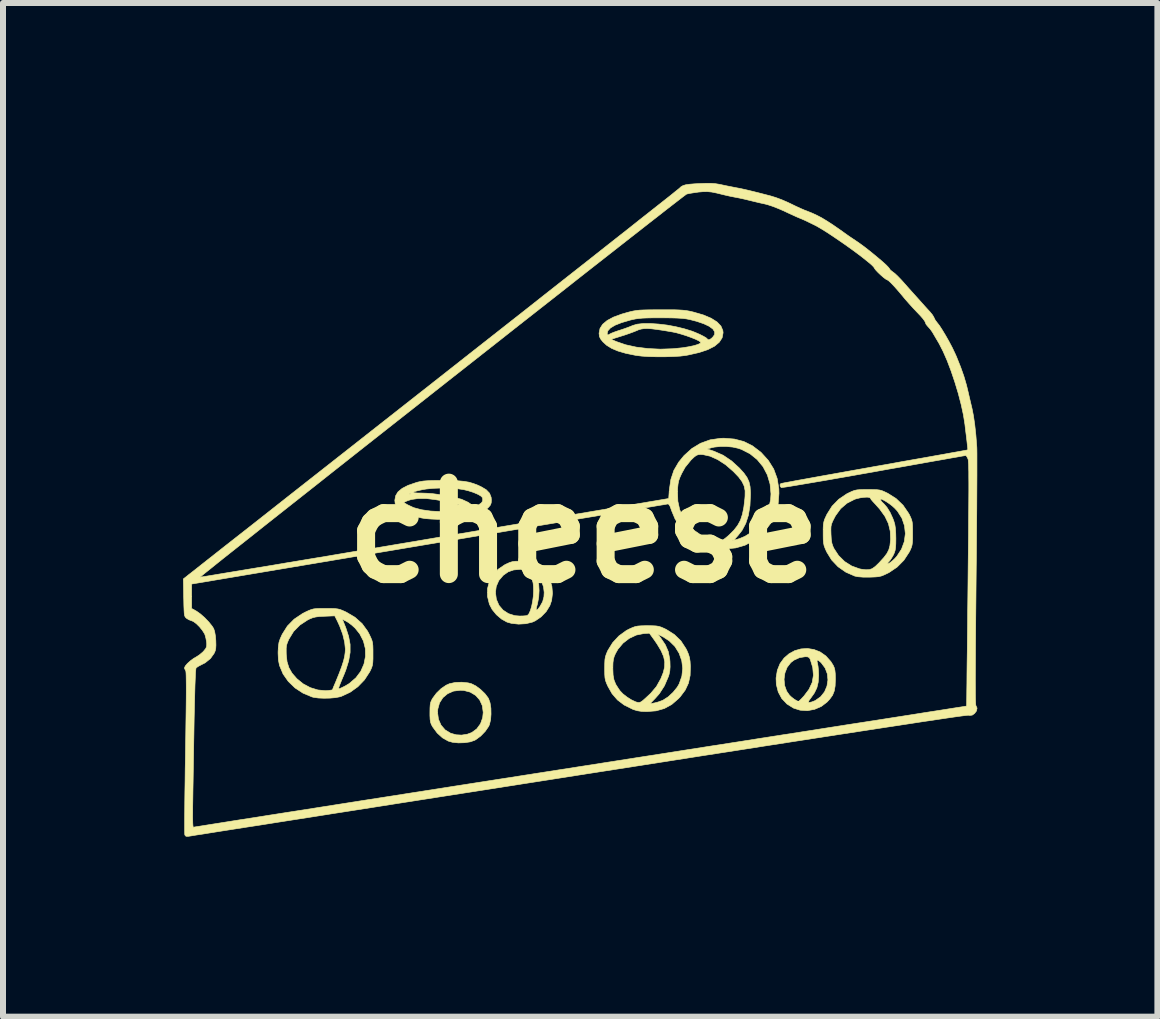
<source format=kicad_pcb>
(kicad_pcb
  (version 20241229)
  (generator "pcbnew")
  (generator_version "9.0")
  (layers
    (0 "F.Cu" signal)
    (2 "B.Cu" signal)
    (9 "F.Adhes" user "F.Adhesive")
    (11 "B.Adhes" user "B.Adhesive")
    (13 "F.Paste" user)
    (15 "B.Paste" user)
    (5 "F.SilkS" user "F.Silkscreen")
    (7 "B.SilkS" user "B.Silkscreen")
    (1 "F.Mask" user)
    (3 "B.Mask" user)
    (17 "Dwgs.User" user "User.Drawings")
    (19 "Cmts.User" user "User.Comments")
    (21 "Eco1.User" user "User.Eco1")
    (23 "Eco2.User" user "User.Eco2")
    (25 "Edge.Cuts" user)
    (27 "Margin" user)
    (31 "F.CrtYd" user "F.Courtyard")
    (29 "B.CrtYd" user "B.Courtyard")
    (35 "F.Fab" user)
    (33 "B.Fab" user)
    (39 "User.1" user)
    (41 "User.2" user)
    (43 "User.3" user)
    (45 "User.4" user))
  (footprint "cheese"
    (layer "F.Cu")
    (at 6.679 5.827)
    (property "Reference" "cheese" (at 0 0 0) (layer "F.SilkS") (effects (font (size 1.524 1.524) (thickness 0.3))))
    (attr through_hole)
    (fp_poly (pts (xy -1.928 2.502) (xy -1.874 2.516) (xy -1.8 2.553) (xy -1.722 2.611) (xy -1.65 2.68) (xy -1.596 2.751) (xy -1.587 2.767) (xy -1.563 2.835) (xy -1.549 2.925) (xy -1.547 3.022) (xy -1.554 3.116) (xy -1.573 3.196) (xy -1.586 3.226) (xy -1.643 3.309) (xy -1.719 3.388) (xy -1.802 3.449) (xy -1.82 3.459) (xy -1.895 3.485) (xy -1.99 3.499) (xy -2.091 3.502) (xy -2.188 3.492) (xy -2.259 3.472) (xy -2.355 3.418) (xy -2.444 3.337) (xy -2.518 3.237) (xy -2.52 3.234) (xy -2.542 3.194) (xy -2.555 3.156) (xy -2.562 3.111) (xy -2.565 3.047) (xy -2.565 2.997) (xy -2.565 2.994) (xy -2.438 2.994) (xy -2.423 3.108) (xy -2.38 3.206) (xy -2.312 3.285) (xy -2.22 3.341) (xy -2.128 3.367) (xy -2.036 3.372) (xy -1.941 3.357) (xy -1.867 3.329) (xy -1.784 3.268) (xy -1.722 3.183) (xy -1.686 3.082) (xy -1.677 2.994) (xy -1.692 2.882) (xy -1.736 2.786) (xy -1.804 2.71) (xy -1.894 2.656) (xy -2.001 2.628) (xy -2.057 2.625) (xy -2.172 2.639) (xy -2.27 2.682) (xy -2.349 2.748) (xy -2.405 2.835) (xy -2.434 2.939) (xy -2.438 2.994) (xy -2.565 2.994) (xy -2.564 2.919) (xy -2.56 2.864) (xy -2.551 2.822) (xy -2.534 2.784) (xy -2.519 2.758) (xy -2.457 2.674) (xy -2.379 2.598) (xy -2.294 2.54) (xy -2.24 2.516) (xy -2.143 2.495) (xy -2.034 2.491) (xy -1.928 2.502)) (stroke (width 0.01) (type solid)) (fill yes) (layer "F.SilkS"))
    (fp_poly (pts (xy 3.834 1.946) (xy 3.938 1.987) (xy 4.033 2.054) (xy 4.116 2.147) (xy 4.155 2.21) (xy 4.172 2.248) (xy 4.183 2.291) (xy 4.189 2.346) (xy 4.191 2.424) (xy 4.191 2.447) (xy 4.187 2.554) (xy 4.172 2.638) (xy 4.144 2.708) (xy 4.097 2.773) (xy 4.053 2.821) (xy 3.956 2.895) (xy 3.844 2.943) (xy 3.724 2.965) (xy 3.603 2.957) (xy 3.495 2.923) (xy 3.384 2.854) (xy 3.349 2.816) (xy 3.741 2.816) (xy 3.745 2.826) (xy 3.76 2.828) (xy 3.797 2.82) (xy 3.845 2.801) (xy 3.857 2.796) (xy 3.946 2.733) (xy 4.011 2.651) (xy 4.051 2.556) (xy 4.067 2.454) (xy 4.057 2.351) (xy 4.02 2.254) (xy 3.956 2.168) (xy 3.948 2.16) (xy 3.909 2.127) (xy 3.888 2.122) (xy 3.886 2.145) (xy 3.895 2.185) (xy 3.903 2.23) (xy 3.909 2.296) (xy 3.912 2.37) (xy 3.912 2.382) (xy 3.905 2.491) (xy 3.883 2.583) (xy 3.842 2.669) (xy 3.787 2.747) (xy 3.754 2.792) (xy 3.741 2.816) (xy 3.349 2.816) (xy 3.298 2.763) (xy 3.239 2.653) (xy 3.207 2.527) (xy 3.204 2.441) (xy 3.336 2.441) (xy 3.345 2.545) (xy 3.379 2.64) (xy 3.426 2.707) (xy 3.461 2.74) (xy 3.504 2.773) (xy 3.546 2.799) (xy 3.574 2.811) (xy 3.576 2.811) (xy 3.592 2.799) (xy 3.623 2.769) (xy 3.664 2.725) (xy 3.667 2.722) (xy 3.752 2.609) (xy 3.805 2.495) (xy 3.825 2.375) (xy 3.814 2.247) (xy 3.773 2.112) (xy 3.756 2.081) (xy 3.728 2.068) (xy 3.689 2.066) (xy 3.594 2.081) (xy 3.502 2.123) (xy 3.448 2.164) (xy 3.387 2.243) (xy 3.35 2.338) (xy 3.336 2.441) (xy 3.204 2.441) (xy 3.203 2.421) (xy 3.224 2.292) (xy 3.269 2.181) (xy 3.336 2.089) (xy 3.419 2.017) (xy 3.514 1.965) (xy 3.618 1.936) (xy 3.726 1.929) (xy 3.834 1.946)) (stroke (width 0.01) (type solid)) (fill yes) (layer "F.SilkS"))
    (fp_poly (pts (xy -1.069 0.476) (xy -1.045 0.477) (xy -0.905 0.497) (xy -0.783 0.546) (xy -0.68 0.621) (xy -0.599 0.723) (xy -0.566 0.785) (xy -0.533 0.891) (xy -0.523 1.01) (xy -0.537 1.127) (xy -0.567 1.215) (xy -0.628 1.314) (xy -0.712 1.401) (xy -0.808 1.467) (xy -0.856 1.489) (xy -0.966 1.516) (xy -1.088 1.523) (xy -1.207 1.51) (xy -1.281 1.489) (xy -1.371 1.439) (xy -1.457 1.366) (xy -1.528 1.279) (xy -1.574 1.191) (xy -1.606 1.061) (xy -1.606 0.995) (xy -1.473 0.995) (xy -1.458 1.109) (xy -1.415 1.209) (xy -1.347 1.289) (xy -1.257 1.348) (xy -1.15 1.382) (xy -1.072 1.388) (xy -1.012 1.387) (xy -0.964 1.383) (xy -0.941 1.378) (xy -0.917 1.353) (xy -0.893 1.301) (xy -0.871 1.23) (xy -0.854 1.146) (xy -0.842 1.056) (xy -0.838 0.974) (xy -0.84 0.894) (xy -0.846 0.836) (xy -0.86 0.786) (xy -0.885 0.732) (xy -0.9 0.705) (xy -0.796 0.705) (xy -0.771 0.778) (xy -0.752 0.861) (xy -0.746 0.963) (xy -0.752 1.071) (xy -0.77 1.172) (xy -0.77 1.174) (xy -0.786 1.233) (xy -0.793 1.267) (xy -0.794 1.282) (xy -0.788 1.287) (xy -0.783 1.287) (xy -0.766 1.274) (xy -0.741 1.242) (xy -0.733 1.232) (xy -0.687 1.15) (xy -0.665 1.068) (xy -0.661 0.994) (xy -0.672 0.903) (xy -0.702 0.819) (xy -0.746 0.751) (xy -0.76 0.738) (xy -0.796 0.705) (xy -0.9 0.705) (xy -0.916 0.677) (xy -0.941 0.64) (xy -0.968 0.619) (xy -1.009 0.611) (xy -1.058 0.61) (xy -1.169 0.62) (xy -1.26 0.651) (xy -1.34 0.707) (xy -1.342 0.708) (xy -1.417 0.796) (xy -1.46 0.895) (xy -1.473 0.995) (xy -1.606 0.995) (xy -1.606 0.934) (xy -1.575 0.814) (xy -1.516 0.704) (xy -1.43 0.61) (xy -1.318 0.534) (xy -1.292 0.521) (xy -1.234 0.495) (xy -1.186 0.481) (xy -1.136 0.475) (xy -1.069 0.476)) (stroke (width 0.01) (type solid)) (fill yes) (layer "F.SilkS"))
    (fp_poly (pts (xy -2.204 -0.87) (xy -2.09 -0.865) (xy -1.996 -0.856) (xy -1.915 -0.842) (xy -1.84 -0.82) (xy -1.765 -0.791) (xy -1.715 -0.768) (xy -1.628 -0.717) (xy -1.572 -0.659) (xy -1.545 -0.59) (xy -1.541 -0.546) (xy -1.544 -0.497) (xy -1.558 -0.46) (xy -1.59 -0.422) (xy -1.608 -0.405) (xy -1.695 -0.343) (xy -1.814 -0.291) (xy -1.963 -0.251) (xy -1.995 -0.244) (xy -2.08 -0.233) (xy -2.187 -0.225) (xy -2.306 -0.222) (xy -2.429 -0.223) (xy -2.546 -0.228) (xy -2.646 -0.236) (xy -2.709 -0.247) (xy -2.857 -0.286) (xy -2.976 -0.334) (xy -3.066 -0.39) (xy -3.084 -0.407) (xy -3.124 -0.449) (xy -3.144 -0.485) (xy -3.146 -0.505) (xy -3.004 -0.505) (xy -2.939 -0.466) (xy -2.836 -0.418) (xy -2.706 -0.383) (xy -2.552 -0.361) (xy -2.38 -0.352) (xy -2.195 -0.357) (xy -2.091 -0.365) (xy -2.022 -0.375) (xy -1.984 -0.388) (xy -1.978 -0.405) (xy -2.001 -0.427) (xy -2.002 -0.427) (xy -2.057 -0.455) (xy -2.131 -0.483) (xy -2.208 -0.505) (xy -2.253 -0.514) (xy -2.295 -0.521) (xy -2.36 -0.532) (xy -2.437 -0.545) (xy -2.478 -0.552) (xy -2.627 -0.57) (xy -2.761 -0.57) (xy -2.874 -0.554) (xy -2.937 -0.534) (xy -3.004 -0.505) (xy -3.146 -0.505) (xy -3.149 -0.53) (xy -3.15 -0.542) (xy -3.136 -0.616) (xy -3.113 -0.655) (xy -2.907 -0.655) (xy -2.905 -0.645) (xy -2.896 -0.643) (xy -2.882 -0.65) (xy -2.884 -0.655) (xy -2.904 -0.657) (xy -2.907 -0.655) (xy -3.113 -0.655) (xy -3.101 -0.674) (xy -2.842 -0.674) (xy -2.826 -0.666) (xy -2.777 -0.662) (xy -2.707 -0.661) (xy -2.617 -0.658) (xy -2.522 -0.651) (xy -2.438 -0.64) (xy -2.419 -0.637) (xy -2.335 -0.621) (xy -2.242 -0.604) (xy -2.176 -0.592) (xy -2.039 -0.558) (xy -1.928 -0.507) (xy -1.871 -0.467) (xy -1.82 -0.426) (xy -1.753 -0.465) (xy -1.708 -0.496) (xy -1.688 -0.526) (xy -1.685 -0.553) (xy -1.689 -0.582) (xy -1.707 -0.605) (xy -1.745 -0.629) (xy -1.778 -0.646) (xy -1.843 -0.673) (xy -1.924 -0.699) (xy -2.002 -0.718) (xy -2.108 -0.734) (xy -2.236 -0.743) (xy -2.374 -0.745) (xy -2.508 -0.74) (xy -2.629 -0.728) (xy -2.689 -0.718) (xy -2.773 -0.699) (xy -2.824 -0.685) (xy -2.842 -0.674) (xy -3.101 -0.674) (xy -3.096 -0.682) (xy -3.027 -0.739) (xy -2.928 -0.79) (xy -2.796 -0.835) (xy -2.777 -0.841) (xy -2.729 -0.852) (xy -2.675 -0.861) (xy -2.61 -0.866) (xy -2.528 -0.87) (xy -2.421 -0.871) (xy -2.345 -0.871) (xy -2.204 -0.87)) (stroke (width 0.01) (type solid)) (fill yes) (layer "F.SilkS"))
    (fp_poly (pts (xy 1.143 1.55) (xy 1.202 1.553) (xy 1.248 1.56) (xy 1.291 1.574) (xy 1.341 1.596) (xy 1.374 1.612) (xy 1.507 1.696) (xy 1.616 1.801) (xy 1.701 1.931) (xy 1.716 1.96) (xy 1.743 2.024) (xy 1.76 2.08) (xy 1.77 2.142) (xy 1.775 2.224) (xy 1.775 2.23) (xy 1.771 2.378) (xy 1.743 2.506) (xy 1.689 2.622) (xy 1.606 2.733) (xy 1.576 2.765) (xy 1.464 2.862) (xy 1.341 2.929) (xy 1.204 2.968) (xy 1.051 2.98) (xy 0.961 2.977) (xy 0.89 2.966) (xy 0.825 2.946) (xy 0.811 2.94) (xy 0.672 2.871) (xy 0.643 2.849) (xy 1.103 2.849) (xy 1.174 2.837) (xy 1.234 2.822) (xy 1.3 2.798) (xy 1.321 2.789) (xy 1.405 2.735) (xy 1.487 2.659) (xy 1.556 2.574) (xy 1.588 2.519) (xy 1.633 2.391) (xy 1.647 2.26) (xy 1.631 2.131) (xy 1.587 2.008) (xy 1.518 1.896) (xy 1.423 1.802) (xy 1.32 1.735) (xy 1.231 1.69) (xy 1.282 1.755) (xy 1.358 1.868) (xy 1.407 1.981) (xy 1.431 2.105) (xy 1.435 2.15) (xy 1.437 2.236) (xy 1.432 2.303) (xy 1.419 2.365) (xy 1.409 2.396) (xy 1.343 2.55) (xy 1.258 2.682) (xy 1.191 2.758) (xy 1.103 2.849) (xy 0.643 2.849) (xy 0.56 2.786) (xy 0.47 2.682) (xy 0.401 2.56) (xy 0.377 2.507) (xy 0.361 2.463) (xy 0.352 2.418) (xy 0.348 2.361) (xy 0.347 2.283) (xy 0.347 2.269) (xy 0.483 2.269) (xy 0.487 2.372) (xy 0.502 2.453) (xy 0.532 2.527) (xy 0.581 2.604) (xy 0.605 2.637) (xy 0.653 2.687) (xy 0.72 2.739) (xy 0.793 2.785) (xy 0.861 2.817) (xy 0.88 2.823) (xy 0.905 2.829) (xy 0.927 2.828) (xy 0.951 2.819) (xy 0.982 2.797) (xy 1.025 2.759) (xy 1.085 2.703) (xy 1.115 2.675) (xy 1.209 2.564) (xy 1.284 2.429) (xy 1.324 2.328) (xy 1.345 2.239) (xy 1.348 2.152) (xy 1.329 2.063) (xy 1.287 1.966) (xy 1.221 1.856) (xy 1.173 1.786) (xy 1.092 1.674) (xy 0.999 1.68) (xy 0.874 1.705) (xy 0.757 1.76) (xy 0.653 1.84) (xy 0.568 1.941) (xy 0.527 2.013) (xy 0.505 2.064) (xy 0.492 2.112) (xy 0.485 2.168) (xy 0.483 2.242) (xy 0.483 2.269) (xy 0.347 2.269) (xy 0.347 2.261) (xy 0.348 2.176) (xy 0.351 2.115) (xy 0.359 2.068) (xy 0.373 2.025) (xy 0.394 1.974) (xy 0.401 1.96) (xy 0.48 1.832) (xy 0.584 1.72) (xy 0.707 1.63) (xy 0.757 1.604) (xy 0.811 1.58) (xy 0.855 1.564) (xy 0.9 1.555) (xy 0.956 1.551) (xy 1.033 1.549) (xy 1.059 1.549) (xy 1.143 1.55)) (stroke (width 0.01) (type solid)) (fill yes) (layer "F.SilkS"))
    (fp_poly (pts (xy -4.212 1.262) (xy -4.149 1.264) (xy -4.1 1.27) (xy -4.059 1.28) (xy -4.015 1.298) (xy -3.96 1.323) (xy -3.958 1.324) (xy -3.814 1.409) (xy -3.696 1.514) (xy -3.604 1.64) (xy -3.577 1.691) (xy -3.55 1.748) (xy -3.532 1.792) (xy -3.521 1.834) (xy -3.516 1.883) (xy -3.514 1.95) (xy -3.514 2.014) (xy -3.514 2.1) (xy -3.517 2.161) (xy -3.523 2.206) (xy -3.535 2.246) (xy -3.554 2.289) (xy -3.57 2.32) (xy -3.656 2.452) (xy -3.766 2.566) (xy -3.896 2.659) (xy -4.038 2.725) (xy -4.067 2.734) (xy -4.139 2.748) (xy -4.231 2.756) (xy -4.33 2.758) (xy -4.425 2.754) (xy -4.503 2.743) (xy -4.53 2.736) (xy -4.68 2.673) (xy -4.813 2.586) (xy -4.925 2.478) (xy -5.012 2.354) (xy -5.07 2.216) (xy -5.072 2.211) (xy -5.09 2.119) (xy -5.095 2.01) (xy -5.095 1.985) (xy -4.96 1.985) (xy -4.959 2.028) (xy -4.946 2.149) (xy -4.915 2.249) (xy -4.863 2.34) (xy -4.784 2.431) (xy -4.679 2.517) (xy -4.559 2.581) (xy -4.432 2.62) (xy -4.306 2.632) (xy -4.259 2.629) (xy -4.216 2.623) (xy -4.192 2.619) (xy -4.19 2.618) (xy -4.184 2.603) (xy -4.179 2.591) (xy -4.086 2.591) (xy -4.083 2.6) (xy -4.071 2.598) (xy -4.051 2.589) (xy -4.034 2.582) (xy -3.978 2.554) (xy -3.919 2.519) (xy -3.906 2.51) (xy -3.798 2.417) (xy -3.717 2.309) (xy -3.664 2.188) (xy -3.639 2.061) (xy -3.641 1.932) (xy -3.673 1.805) (xy -3.734 1.686) (xy -3.812 1.589) (xy -3.865 1.541) (xy -3.921 1.498) (xy -3.957 1.476) (xy -4.024 1.442) (xy -3.967 1.583) (xy -3.92 1.726) (xy -3.895 1.861) (xy -3.895 1.995) (xy -3.919 2.135) (xy -3.967 2.289) (xy -3.996 2.362) (xy -4.036 2.456) (xy -4.063 2.523) (xy -4.08 2.567) (xy -4.086 2.591) (xy -4.179 2.591) (xy -4.168 2.563) (xy -4.144 2.507) (xy -4.133 2.481) (xy -4.077 2.343) (xy -4.035 2.231) (xy -4.005 2.138) (xy -3.986 2.06) (xy -3.977 1.991) (xy -3.974 1.939) (xy -3.986 1.823) (xy -4.018 1.692) (xy -4.069 1.555) (xy -4.108 1.47) (xy -4.151 1.385) (xy -4.323 1.392) (xy -4.407 1.396) (xy -4.468 1.404) (xy -4.517 1.416) (xy -4.565 1.435) (xy -4.603 1.454) (xy -4.731 1.538) (xy -4.836 1.644) (xy -4.913 1.77) (xy -4.914 1.771) (xy -4.939 1.828) (xy -4.954 1.874) (xy -4.96 1.922) (xy -4.96 1.985) (xy -5.095 1.985) (xy -5.094 1.966) (xy -5.089 1.887) (xy -5.08 1.826) (xy -5.061 1.769) (xy -5.031 1.702) (xy -5.025 1.69) (xy -4.94 1.555) (xy -4.828 1.441) (xy -4.69 1.348) (xy -4.64 1.322) (xy -4.586 1.297) (xy -4.542 1.28) (xy -4.501 1.269) (xy -4.453 1.264) (xy -4.389 1.262) (xy -4.301 1.262) (xy -4.212 1.262)) (stroke (width 0.01) (type solid)) (fill yes) (layer "F.SilkS"))
    (fp_poly (pts (xy 1.407 -3.715) (xy 1.508 -3.715) (xy 1.588 -3.712) (xy 1.651 -3.708) (xy 1.705 -3.702) (xy 1.756 -3.693) (xy 1.809 -3.681) (xy 1.829 -3.676) (xy 1.991 -3.629) (xy 2.121 -3.574) (xy 2.219 -3.512) (xy 2.284 -3.444) (xy 2.316 -3.369) (xy 2.32 -3.332) (xy 2.304 -3.248) (xy 2.256 -3.174) (xy 2.177 -3.108) (xy 2.065 -3.051) (xy 1.921 -3.003) (xy 1.745 -2.963) (xy 1.704 -2.955) (xy 1.608 -2.943) (xy 1.489 -2.936) (xy 1.356 -2.932) (xy 1.218 -2.932) (xy 1.084 -2.935) (xy 0.964 -2.943) (xy 0.867 -2.955) (xy 0.857 -2.957) (xy 0.697 -2.99) (xy 0.567 -3.028) (xy 0.463 -3.072) (xy 0.379 -3.124) (xy 0.316 -3.182) (xy 0.284 -3.223) (xy 0.454 -3.223) (xy 0.542 -3.185) (xy 0.696 -3.132) (xy 0.873 -3.093) (xy 1.068 -3.069) (xy 1.274 -3.059) (xy 1.483 -3.066) (xy 1.651 -3.083) (xy 1.753 -3.1) (xy 1.837 -3.118) (xy 1.901 -3.138) (xy 1.939 -3.156) (xy 1.948 -3.173) (xy 1.947 -3.176) (xy 1.917 -3.197) (xy 1.862 -3.224) (xy 1.789 -3.253) (xy 1.706 -3.283) (xy 1.62 -3.31) (xy 1.538 -3.333) (xy 1.474 -3.346) (xy 1.332 -3.37) (xy 1.219 -3.387) (xy 1.129 -3.398) (xy 1.059 -3.403) (xy 1.002 -3.401) (xy 0.955 -3.394) (xy 0.913 -3.382) (xy 0.881 -3.368) (xy 0.831 -3.348) (xy 0.761 -3.322) (xy 0.68 -3.294) (xy 0.629 -3.278) (xy 0.454 -3.223) (xy 0.284 -3.223) (xy 0.278 -3.23) (xy 0.259 -3.271) (xy 0.254 -3.32) (xy 0.254 -3.324) (xy 0.389 -3.324) (xy 0.392 -3.297) (xy 0.406 -3.296) (xy 0.428 -3.309) (xy 0.461 -3.325) (xy 0.517 -3.347) (xy 0.584 -3.37) (xy 0.601 -3.375) (xy 0.676 -3.4) (xy 0.75 -3.427) (xy 0.807 -3.45) (xy 0.813 -3.453) (xy 0.888 -3.475) (xy 0.989 -3.486) (xy 1.11 -3.486) (xy 1.245 -3.477) (xy 1.388 -3.46) (xy 1.532 -3.433) (xy 1.672 -3.399) (xy 1.802 -3.359) (xy 1.857 -3.337) (xy 1.929 -3.306) (xy 1.99 -3.275) (xy 2.034 -3.25) (xy 2.049 -3.237) (xy 2.07 -3.216) (xy 2.092 -3.216) (xy 2.124 -3.237) (xy 2.146 -3.257) (xy 2.179 -3.302) (xy 2.18 -3.348) (xy 2.149 -3.395) (xy 2.088 -3.44) (xy 1.999 -3.482) (xy 1.882 -3.522) (xy 1.762 -3.553) (xy 1.704 -3.564) (xy 1.637 -3.572) (xy 1.556 -3.577) (xy 1.454 -3.58) (xy 1.326 -3.581) (xy 1.278 -3.581) (xy 1.154 -3.581) (xy 1.056 -3.579) (xy 0.979 -3.576) (xy 0.917 -3.57) (xy 0.863 -3.563) (xy 0.809 -3.552) (xy 0.772 -3.543) (xy 0.629 -3.501) (xy 0.52 -3.458) (xy 0.443 -3.412) (xy 0.4 -3.365) (xy 0.389 -3.324) (xy 0.254 -3.324) (xy 0.254 -3.327) (xy 0.269 -3.404) (xy 0.313 -3.473) (xy 0.388 -3.536) (xy 0.494 -3.593) (xy 0.633 -3.644) (xy 0.72 -3.669) (xy 0.776 -3.684) (xy 0.826 -3.695) (xy 0.875 -3.703) (xy 0.929 -3.709) (xy 0.994 -3.712) (xy 1.076 -3.714) (xy 1.182 -3.715) (xy 1.278 -3.715) (xy 1.407 -3.715)) (stroke (width 0.01) (type solid)) (fill yes) (layer "F.SilkS"))
    (fp_poly (pts (xy 4.821 -0.719) (xy 4.883 -0.717) (xy 4.93 -0.711) (xy 4.97 -0.7) (xy 5.014 -0.681) (xy 5.064 -0.657) (xy 5.202 -0.57) (xy 5.319 -0.458) (xy 5.411 -0.324) (xy 5.422 -0.305) (xy 5.445 -0.257) (xy 5.461 -0.217) (xy 5.471 -0.177) (xy 5.476 -0.128) (xy 5.478 -0.06) (xy 5.478 0.008) (xy 5.478 0.096) (xy 5.475 0.158) (xy 5.469 0.204) (xy 5.458 0.243) (xy 5.441 0.284) (xy 5.422 0.322) (xy 5.333 0.458) (xy 5.219 0.573) (xy 5.084 0.664) (xy 5.064 0.674) (xy 5.005 0.702) (xy 4.957 0.721) (xy 4.91 0.732) (xy 4.853 0.737) (xy 4.774 0.74) (xy 4.759 0.74) (xy 4.651 0.74) (xy 4.566 0.733) (xy 4.513 0.722) (xy 4.365 0.657) (xy 4.235 0.566) (xy 4.128 0.453) (xy 4.047 0.321) (xy 4.045 0.317) (xy 4.02 0.261) (xy 4.003 0.215) (xy 3.994 0.17) (xy 3.989 0.115) (xy 3.988 0.04) (xy 3.988 0.008) (xy 3.988 -0.05) (xy 4.116 -0.05) (xy 4.118 0.024) (xy 4.118 0.025) (xy 4.123 0.111) (xy 4.133 0.175) (xy 4.151 0.228) (xy 4.166 0.261) (xy 4.244 0.38) (xy 4.345 0.48) (xy 4.462 0.554) (xy 4.591 0.601) (xy 4.625 0.608) (xy 4.699 0.617) (xy 4.757 0.615) (xy 4.806 0.598) (xy 4.856 0.562) (xy 4.916 0.504) (xy 4.931 0.488) (xy 5.002 0.41) (xy 5.051 0.344) (xy 5.082 0.282) (xy 5.1 0.215) (xy 5.109 0.133) (xy 5.111 0.106) (xy 5.105 -0.027) (xy 5.075 -0.152) (xy 5.017 -0.273) (xy 4.929 -0.395) (xy 4.854 -0.479) (xy 4.814 -0.522) (xy 4.785 -0.557) (xy 4.784 -0.56) (xy 4.94 -0.56) (xy 4.942 -0.547) (xy 4.966 -0.514) (xy 5.001 -0.48) (xy 5.051 -0.422) (xy 5.102 -0.34) (xy 5.147 -0.242) (xy 5.165 -0.195) (xy 5.182 -0.136) (xy 5.192 -0.07) (xy 5.197 0.011) (xy 5.199 0.096) (xy 5.198 0.184) (xy 5.194 0.247) (xy 5.187 0.293) (xy 5.175 0.332) (xy 5.158 0.37) (xy 5.129 0.42) (xy 5.102 0.46) (xy 5.09 0.473) (xy 5.068 0.498) (xy 5.063 0.511) (xy 5.074 0.515) (xy 5.101 0.5) (xy 5.139 0.47) (xy 5.18 0.432) (xy 5.215 0.393) (xy 5.293 0.274) (xy 5.34 0.147) (xy 5.357 0.015) (xy 5.343 -0.116) (xy 5.3 -0.242) (xy 5.226 -0.359) (xy 5.18 -0.409) (xy 5.137 -0.448) (xy 5.087 -0.486) (xy 5.036 -0.52) (xy 4.991 -0.545) (xy 4.957 -0.56) (xy 4.94 -0.56) (xy 4.784 -0.56) (xy 4.775 -0.576) (xy 4.76 -0.588) (xy 4.721 -0.593) (xy 4.665 -0.59) (xy 4.602 -0.581) (xy 4.54 -0.566) (xy 4.512 -0.557) (xy 4.385 -0.492) (xy 4.279 -0.401) (xy 4.193 -0.283) (xy 4.177 -0.253) (xy 4.146 -0.192) (xy 4.127 -0.145) (xy 4.118 -0.102) (xy 4.116 -0.05) (xy 3.988 -0.05) (xy 3.988 -0.076) (xy 3.991 -0.135) (xy 3.999 -0.181) (xy 4.012 -0.224) (xy 4.035 -0.274) (xy 4.051 -0.308) (xy 4.136 -0.443) (xy 4.247 -0.557) (xy 4.381 -0.648) (xy 4.42 -0.667) (xy 4.469 -0.69) (xy 4.51 -0.705) (xy 4.553 -0.714) (xy 4.606 -0.718) (xy 4.679 -0.72) (xy 4.734 -0.72) (xy 4.821 -0.719)) (stroke (width 0.01) (type solid)) (fill yes) (layer "F.SilkS"))
    (fp_poly (pts (xy 2.118 -5.822) (xy 2.188 -5.817) (xy 2.251 -5.807) (xy 2.286 -5.8) (xy 2.37 -5.782) (xy 2.466 -5.763) (xy 2.548 -5.747) (xy 2.607 -5.736) (xy 2.666 -5.723) (xy 2.732 -5.708) (xy 2.81 -5.689) (xy 2.907 -5.665) (xy 3.027 -5.634) (xy 3.112 -5.612) (xy 3.199 -5.585) (xy 3.299 -5.548) (xy 3.396 -5.506) (xy 3.438 -5.486) (xy 3.52 -5.446) (xy 3.604 -5.407) (xy 3.678 -5.375) (xy 3.713 -5.362) (xy 3.798 -5.328) (xy 3.879 -5.291) (xy 3.96 -5.249) (xy 4.046 -5.197) (xy 4.144 -5.134) (xy 4.257 -5.056) (xy 4.386 -4.964) (xy 4.42 -4.94) (xy 4.472 -4.905) (xy 4.533 -4.864) (xy 4.547 -4.855) (xy 4.607 -4.813) (xy 4.679 -4.76) (xy 4.757 -4.699) (xy 4.836 -4.635) (xy 4.913 -4.571) (xy 4.981 -4.513) (xy 5.036 -4.463) (xy 5.073 -4.425) (xy 5.088 -4.406) (xy 5.108 -4.377) (xy 5.145 -4.348) (xy 5.147 -4.346) (xy 5.181 -4.321) (xy 5.228 -4.277) (xy 5.281 -4.222) (xy 5.306 -4.195) (xy 5.413 -4.074) (xy 5.512 -3.964) (xy 5.6 -3.866) (xy 5.673 -3.784) (xy 5.731 -3.72) (xy 5.77 -3.678) (xy 5.778 -3.668) (xy 5.811 -3.627) (xy 5.833 -3.589) (xy 5.835 -3.584) (xy 5.854 -3.545) (xy 5.884 -3.505) (xy 5.924 -3.454) (xy 5.973 -3.378) (xy 6.028 -3.287) (xy 6.085 -3.186) (xy 6.139 -3.084) (xy 6.185 -2.987) (xy 6.208 -2.936) (xy 6.277 -2.764) (xy 6.332 -2.609) (xy 6.376 -2.459) (xy 6.401 -2.356) (xy 6.422 -2.265) (xy 6.446 -2.162) (xy 6.468 -2.07) (xy 6.469 -2.066) (xy 6.492 -1.948) (xy 6.513 -1.804) (xy 6.532 -1.629) (xy 6.548 -1.423) (xy 6.548 -1.422) (xy 6.549 -1.387) (xy 6.55 -1.32) (xy 6.55 -1.224) (xy 6.55 -1.101) (xy 6.55 -0.953) (xy 6.549 -0.782) (xy 6.548 -0.591) (xy 6.547 -0.381) (xy 6.545 -0.156) (xy 6.543 0.083) (xy 6.541 0.333) (xy 6.538 0.593) (xy 6.536 0.793) (xy 6.533 1.12) (xy 6.53 1.415) (xy 6.528 1.679) (xy 6.526 1.913) (xy 6.525 2.118) (xy 6.524 2.296) (xy 6.523 2.447) (xy 6.524 2.574) (xy 6.524 2.677) (xy 6.525 2.758) (xy 6.527 2.817) (xy 6.529 2.857) (xy 6.532 2.879) (xy 6.534 2.883) (xy 6.552 2.922) (xy 6.542 2.97) (xy 6.51 3.012) (xy 6.472 3.039) (xy 6.431 3.044) (xy 6.41 3.041) (xy 6.389 3.042) (xy 6.34 3.048) (xy 6.262 3.058) (xy 6.155 3.073) (xy 6.018 3.093) (xy 5.852 3.118) (xy 5.655 3.147) (xy 5.428 3.182) (xy 5.171 3.221) (xy 4.883 3.265) (xy 4.564 3.314) (xy 4.214 3.368) (xy 3.832 3.427) (xy 3.419 3.491) (xy 2.974 3.56) (xy 2.497 3.635) (xy 1.987 3.714) (xy 1.445 3.799) (xy 0.87 3.889) (xy 0.262 3.984) (xy -0.097 4.04) (xy -0.56 4.113) (xy -1.015 4.184) (xy -1.46 4.254) (xy -1.894 4.322) (xy -2.317 4.388) (xy -2.726 4.452) (xy -3.122 4.514) (xy -3.502 4.574) (xy -3.866 4.631) (xy -4.212 4.685) (xy -4.54 4.737) (xy -4.848 4.785) (xy -5.134 4.83) (xy -5.399 4.872) (xy -5.64 4.909) (xy -5.857 4.943) (xy -6.048 4.973) (xy -6.212 4.999) (xy -6.348 5.021) (xy -6.455 5.037) (xy -6.532 5.05) (xy -6.578 5.057) (xy -6.591 5.059) (xy -6.63 5.058) (xy -6.649 5.037) (xy -6.651 5.015) (xy -6.652 4.963) (xy -6.652 4.882) (xy -6.652 4.774) (xy -6.651 4.644) (xy -6.65 4.493) (xy -6.648 4.323) (xy -6.645 4.138) (xy -6.643 3.94) (xy -6.639 3.732) (xy -6.638 3.662) (xy -6.634 3.401) (xy -6.631 3.172) (xy -6.628 2.974) (xy -6.626 2.804) (xy -6.625 2.663) (xy -6.625 2.547) (xy -6.626 2.455) (xy -6.627 2.386) (xy -6.629 2.338) (xy -6.632 2.309) (xy -6.635 2.299) (xy -6.653 2.265) (xy -6.655 2.252) (xy -6.642 2.222) (xy -6.607 2.18) (xy -6.558 2.136) (xy -6.503 2.095) (xy -6.458 2.069) (xy -6.403 2.033) (xy -6.348 1.986) (xy -6.334 1.971) (xy -6.301 1.93) (xy -6.286 1.896) (xy -6.284 1.853) (xy -6.287 1.819) (xy -6.298 1.758) (xy -6.313 1.702) (xy -6.321 1.683) (xy -6.358 1.625) (xy -6.406 1.566) (xy -6.458 1.515) (xy -6.505 1.48) (xy -6.533 1.468) (xy -6.582 1.45) (xy -6.621 1.426) (xy -6.635 1.413) (xy -6.646 1.398) (xy -6.654 1.376) (xy -6.659 1.341) (xy -6.662 1.289) (xy -6.665 1.214) (xy -6.667 1.112) (xy -6.668 1.082) (xy -6.672 0.855) (xy -6.536 0.855) (xy -6.536 1.058) (xy -6.536 1.262) (xy -6.453 1.308) (xy -6.39 1.353) (xy -6.319 1.415) (xy -6.25 1.487) (xy -6.194 1.557) (xy -6.168 1.598) (xy -6.152 1.648) (xy -6.139 1.724) (xy -6.133 1.796) (xy -6.131 1.873) (xy -6.134 1.927) (xy -6.143 1.969) (xy -6.161 2.01) (xy -6.223 2.097) (xy -6.311 2.168) (xy -6.376 2.201) (xy -6.422 2.225) (xy -6.456 2.248) (xy -6.462 2.254) (xy -6.466 2.276) (xy -6.471 2.331) (xy -6.475 2.419) (xy -6.48 2.54) (xy -6.484 2.695) (xy -6.489 2.882) (xy -6.494 3.104) (xy -6.498 3.359) (xy -6.5 3.463) (xy -6.504 3.718) (xy -6.508 3.942) (xy -6.511 4.136) (xy -6.514 4.302) (xy -6.516 4.443) (xy -6.518 4.56) (xy -6.518 4.656) (xy -6.519 4.733) (xy -6.518 4.793) (xy -6.517 4.838) (xy -6.515 4.869) (xy -6.513 4.89) (xy -6.509 4.902) (xy -6.505 4.908) (xy -6.501 4.908) (xy -6.495 4.906) (xy -6.49 4.904) (xy -6.471 4.901) (xy -6.42 4.893) (xy -6.338 4.88) (xy -6.226 4.862) (xy -6.085 4.84) (xy -5.916 4.813) (xy -5.721 4.782) (xy -5.5 4.748) (xy -5.255 4.709) (xy -4.987 4.667) (xy -4.697 4.622) (xy -4.386 4.573) (xy -4.056 4.521) (xy -3.707 4.466) (xy -3.34 4.409) (xy -2.958 4.349) (xy -2.56 4.287) (xy -2.149 4.222) (xy -1.725 4.156) (xy -1.289 4.088) (xy -0.842 4.018) (xy -0.387 3.947) (xy -0.042 3.893) (xy 0.419 3.821) (xy 0.872 3.75) (xy 1.315 3.681) (xy 1.747 3.613) (xy 2.168 3.547) (xy 2.575 3.484) (xy 2.968 3.422) (xy 3.345 3.363) (xy 3.706 3.307) (xy 4.049 3.253) (xy 4.373 3.202) (xy 4.678 3.155) (xy 4.961 3.111) (xy 5.222 3.07) (xy 5.459 3.033) (xy 5.672 2.999) (xy 5.859 2.97) (xy 6.019 2.945) (xy 6.151 2.924) (xy 6.254 2.908) (xy 6.327 2.897) (xy 6.368 2.89) (xy 6.377 2.889) (xy 6.378 2.872) (xy 6.379 2.823) (xy 6.38 2.745) (xy 6.381 2.639) (xy 6.383 2.507) (xy 6.384 2.352) (xy 6.386 2.176) (xy 6.389 1.98) (xy 6.391 1.767) (xy 6.394 1.539) (xy 6.396 1.297) (xy 6.399 1.044) (xy 6.401 0.853) (xy 6.404 0.543) (xy 6.407 0.265) (xy 6.41 0.017) (xy 6.411 -0.203) (xy 6.413 -0.395) (xy 6.414 -0.562) (xy 6.415 -0.706) (xy 6.415 -0.828) (xy 6.414 -0.931) (xy 6.414 -1.015) (xy 6.412 -1.082) (xy 6.411 -1.135) (xy 6.408 -1.175) (xy 6.406 -1.204) (xy 6.403 -1.223) (xy 6.399 -1.234) (xy 6.381 -1.269) (xy 6.366 -1.287) (xy 6.365 -1.287) (xy 6.347 -1.284) (xy 6.298 -1.276) (xy 6.221 -1.262) (xy 6.117 -1.244) (xy 5.99 -1.221) (xy 5.84 -1.195) (xy 5.672 -1.165) (xy 5.487 -1.132) (xy 5.287 -1.096) (xy 5.075 -1.059) (xy 4.854 -1.019) (xy 4.833 -1.015) (xy 4.611 -0.976) (xy 4.398 -0.938) (xy 4.196 -0.903) (xy 4.009 -0.87) (xy 3.838 -0.841) (xy 3.685 -0.815) (xy 3.554 -0.793) (xy 3.447 -0.775) (xy 3.366 -0.762) (xy 3.313 -0.755) (xy 3.291 -0.752) (xy 3.29 -0.752) (xy 3.271 -0.774) (xy 3.27 -0.804) (xy 3.282 -0.819) (xy 3.3 -0.823) (xy 3.349 -0.833) (xy 3.427 -0.847) (xy 3.531 -0.867) (xy 3.66 -0.89) (xy 3.809 -0.917) (xy 3.979 -0.948) (xy 4.165 -0.981) (xy 4.365 -1.017) (xy 4.578 -1.055) (xy 4.801 -1.095) (xy 4.844 -1.103) (xy 5.068 -1.142) (xy 5.282 -1.181) (xy 5.485 -1.217) (xy 5.673 -1.25) (xy 5.845 -1.281) (xy 5.998 -1.308) (xy 6.129 -1.332) (xy 6.237 -1.351) (xy 6.319 -1.366) (xy 6.373 -1.376) (xy 6.396 -1.38) (xy 6.396 -1.38) (xy 6.397 -1.385) (xy 6.397 -1.399) (xy 6.394 -1.427) (xy 6.389 -1.472) (xy 6.382 -1.537) (xy 6.371 -1.628) (xy 6.356 -1.747) (xy 6.35 -1.803) (xy 6.325 -1.961) (xy 6.287 -2.136) (xy 6.239 -2.321) (xy 6.182 -2.509) (xy 6.12 -2.693) (xy 6.054 -2.867) (xy 5.986 -3.022) (xy 5.92 -3.151) (xy 5.909 -3.17) (xy 5.871 -3.234) (xy 5.836 -3.294) (xy 5.81 -3.338) (xy 5.806 -3.345) (xy 5.771 -3.394) (xy 5.733 -3.436) (xy 5.703 -3.472) (xy 5.69 -3.504) (xy 5.69 -3.506) (xy 5.678 -3.529) (xy 5.648 -3.57) (xy 5.602 -3.622) (xy 5.558 -3.668) (xy 5.488 -3.742) (xy 5.413 -3.825) (xy 5.343 -3.905) (xy 5.318 -3.936) (xy 5.243 -4.025) (xy 5.176 -4.101) (xy 5.119 -4.161) (xy 5.077 -4.2) (xy 5.051 -4.216) (xy 5.049 -4.216) (xy 5.027 -4.228) (xy 4.991 -4.256) (xy 4.946 -4.295) (xy 4.902 -4.337) (xy 4.866 -4.375) (xy 4.845 -4.402) (xy 4.842 -4.409) (xy 4.828 -4.43) (xy 4.79 -4.468) (xy 4.73 -4.518) (xy 4.654 -4.579) (xy 4.564 -4.648) (xy 4.465 -4.721) (xy 4.36 -4.796) (xy 4.253 -4.87) (xy 4.147 -4.942) (xy 4.048 -5.007) (xy 3.958 -5.063) (xy 3.881 -5.108) (xy 3.844 -5.127) (xy 3.766 -5.165) (xy 3.69 -5.202) (xy 3.626 -5.23) (xy 3.599 -5.241) (xy 3.549 -5.262) (xy 3.479 -5.294) (xy 3.398 -5.331) (xy 3.331 -5.363) (xy 3.238 -5.403) (xy 3.143 -5.44) (xy 3.057 -5.468) (xy 3.017 -5.478) (xy 2.93 -5.497) (xy 2.834 -5.52) (xy 2.76 -5.538) (xy 2.678 -5.558) (xy 2.591 -5.577) (xy 2.523 -5.59) (xy 2.446 -5.605) (xy 2.366 -5.623) (xy 2.32 -5.634) (xy 2.214 -5.66) (xy 2.13 -5.677) (xy 2.057 -5.684) (xy 1.986 -5.683) (xy 1.905 -5.676) (xy 1.895 -5.674) (xy 1.824 -5.664) (xy 1.762 -5.654) (xy 1.721 -5.645) (xy 1.712 -5.643) (xy 1.696 -5.631) (xy 1.654 -5.6) (xy 1.588 -5.549) (xy 1.5 -5.481) (xy 1.39 -5.396) (xy 1.26 -5.294) (xy 1.111 -5.178) (xy 0.945 -5.048) (xy 0.762 -4.905) (xy 0.563 -4.749) (xy 0.351 -4.583) (xy 0.126 -4.407) (xy -0.111 -4.221) (xy -0.357 -4.027) (xy -0.613 -3.826) (xy -0.877 -3.619) (xy -1.147 -3.407) (xy -1.422 -3.19) (xy -1.702 -2.97) (xy -1.984 -2.748) (xy -2.268 -2.525) (xy -2.552 -2.301) (xy -2.835 -2.078) (xy -3.116 -1.857) (xy -3.394 -1.638) (xy -3.667 -1.423) (xy -3.934 -1.212) (xy -4.194 -1.007) (xy -4.445 -0.808) (xy -4.687 -0.617) (xy -4.919 -0.434) (xy -5.138 -0.261) (xy -5.343 -0.099) (xy -5.534 0.053) (xy -5.71 0.192) (xy -5.868 0.317) (xy -6.008 0.428) (xy -6.128 0.524) (xy -6.227 0.604) (xy -6.305 0.666) (xy -6.359 0.71) (xy -6.389 0.735) (xy -6.394 0.74) (xy -6.376 0.738) (xy -6.326 0.73) (xy -6.245 0.717) (xy -6.136 0.699) (xy -5.999 0.676) (xy -5.836 0.649) (xy -5.648 0.618) (xy -5.437 0.583) (xy -5.205 0.545) (xy -4.953 0.502) (xy -4.681 0.457) (xy -4.393 0.409) (xy -4.089 0.358) (xy -3.771 0.304) (xy -3.44 0.249) (xy -3.097 0.191) (xy -2.745 0.132) (xy -2.481 0.087) (xy 1.414 -0.57) (xy 1.422 -0.686) (xy 1.561 -0.686) (xy 1.566 -0.525) (xy 1.597 -0.384) (xy 1.654 -0.255) (xy 1.741 -0.134) (xy 1.76 -0.113) (xy 1.844 -0.035) (xy 1.945 0.034) (xy 2.053 0.088) (xy 2.159 0.123) (xy 2.244 0.135) (xy 2.28 0.132) (xy 2.296 0.127) (xy 2.472 0.127) (xy 2.481 0.135) (xy 2.489 0.127) (xy 2.481 0.119) (xy 2.472 0.127) (xy 2.296 0.127) (xy 2.313 0.121) (xy 2.35 0.097) (xy 2.4 0.056) (xy 2.423 0.035) (xy 2.501 -0.043) (xy 2.562 -0.121) (xy 2.609 -0.207) (xy 2.642 -0.307) (xy 2.666 -0.426) (xy 2.683 -0.57) (xy 2.686 -0.612) (xy 2.687 -0.7) (xy 2.671 -0.778) (xy 2.636 -0.852) (xy 2.579 -0.929) (xy 2.496 -1.016) (xy 2.492 -1.02) (xy 2.362 -1.133) (xy 2.231 -1.218) (xy 2.105 -1.275) (xy 1.984 -1.302) (xy 1.944 -1.304) (xy 1.906 -1.301) (xy 1.873 -1.288) (xy 1.836 -1.26) (xy 1.786 -1.212) (xy 1.785 -1.211) (xy 1.687 -1.09) (xy 1.63 -0.987) (xy 1.6 -0.921) (xy 1.581 -0.868) (xy 1.57 -0.814) (xy 1.563 -0.748) (xy 1.561 -0.686) (xy 1.422 -0.686) (xy 1.425 -0.721) (xy 1.45 -0.889) (xy 1.5 -1.039) (xy 1.58 -1.176) (xy 1.669 -1.285) (xy 1.791 -1.395) (xy 2.057 -1.395) (xy 2.171 -1.357) (xy 2.321 -1.291) (xy 2.463 -1.195) (xy 2.591 -1.078) (xy 2.667 -0.994) (xy 2.719 -0.92) (xy 2.752 -0.848) (xy 2.77 -0.767) (xy 2.776 -0.668) (xy 2.776 -0.635) (xy 2.768 -0.451) (xy 2.742 -0.292) (xy 2.698 -0.156) (xy 2.635 -0.038) (xy 2.567 0.048) (xy 2.498 0.124) (xy 2.548 0.112) (xy 2.593 0.098) (xy 2.651 0.074) (xy 2.687 0.058) (xy 2.818 -0.023) (xy 2.928 -0.129) (xy 3.016 -0.255) (xy 3.078 -0.397) (xy 3.112 -0.551) (xy 3.118 -0.647) (xy 3.103 -0.811) (xy 3.058 -0.963) (xy 2.986 -1.1) (xy 2.888 -1.219) (xy 2.768 -1.316) (xy 2.627 -1.388) (xy 2.572 -1.407) (xy 2.483 -1.427) (xy 2.379 -1.437) (xy 2.271 -1.437) (xy 2.175 -1.427) (xy 2.125 -1.416) (xy 2.057 -1.395) (xy 1.791 -1.395) (xy 1.8 -1.403) (xy 1.945 -1.491) (xy 2.104 -1.548) (xy 2.276 -1.573) (xy 2.334 -1.575) (xy 2.508 -1.561) (xy 2.665 -1.52) (xy 2.808 -1.449) (xy 2.942 -1.347) (xy 2.953 -1.338) (xy 3.073 -1.206) (xy 3.163 -1.062) (xy 3.221 -0.904) (xy 3.249 -0.732) (xy 3.251 -0.655) (xy 3.237 -0.477) (xy 3.195 -0.316) (xy 3.122 -0.169) (xy 3.019 -0.033) (xy 2.956 0.03) (xy 2.824 0.135) (xy 2.684 0.209) (xy 2.531 0.253) (xy 2.362 0.27) (xy 2.337 0.271) (xy 2.167 0.258) (xy 2.016 0.22) (xy 1.879 0.154) (xy 1.75 0.057) (xy 1.7 0.01) (xy 1.597 -0.107) (xy 1.52 -0.229) (xy 1.462 -0.368) (xy 1.455 -0.389) (xy 1.434 -0.445) (xy 1.413 -0.475) (xy 1.403 -0.48) (xy 1.384 -0.477) (xy 1.334 -0.468) (xy 1.253 -0.455) (xy 1.143 -0.436) (xy 1.005 -0.413) (xy 0.842 -0.386) (xy 0.654 -0.354) (xy 0.442 -0.319) (xy 0.209 -0.279) (xy -0.044 -0.237) (xy -0.316 -0.191) (xy -0.606 -0.142) (xy -0.911 -0.091) (xy -1.23 -0.037) (xy -1.563 0.018) (xy -1.907 0.076) (xy -2.261 0.136) (xy -2.578 0.189) (xy -6.536 0.855) (xy -6.672 0.855) (xy -6.674 0.77) (xy -6.609 0.719) (xy -6.591 0.704) (xy -6.547 0.67) (xy -6.478 0.616) (xy -6.386 0.543) (xy -6.272 0.453) (xy -6.136 0.346) (xy -5.98 0.223) (xy -5.804 0.085) (xy -5.61 -0.067) (xy -5.399 -0.233) (xy -5.172 -0.412) (xy -4.93 -0.603) (xy -4.673 -0.805) (xy -4.403 -1.017) (xy -4.122 -1.238) (xy -3.829 -1.468) (xy -3.527 -1.706) (xy -3.215 -1.951) (xy -2.896 -2.202) (xy -2.57 -2.458) (xy -2.489 -2.522) (xy -2.162 -2.779) (xy -1.842 -3.031) (xy -1.529 -3.277) (xy -1.225 -3.516) (xy -0.931 -3.747) (xy -0.649 -3.97) (xy -0.377 -4.184) (xy -0.119 -4.387) (xy 0.125 -4.579) (xy 0.354 -4.76) (xy 0.567 -4.928) (xy 0.763 -5.082) (xy 0.94 -5.223) (xy 1.099 -5.348) (xy 1.237 -5.457) (xy 1.355 -5.55) (xy 1.45 -5.625) (xy 1.521 -5.683) (xy 1.569 -5.721) (xy 1.591 -5.739) (xy 1.592 -5.74) (xy 1.62 -5.766) (xy 1.652 -5.784) (xy 1.697 -5.798) (xy 1.759 -5.807) (xy 1.845 -5.814) (xy 1.924 -5.818) (xy 2.033 -5.822) (xy 2.118 -5.822)) (stroke (width 0.01) (type solid)) (fill yes) (layer "F.SilkS")))
  (gr_rect
    (start -3 -3)
    (end 16.236 13.891)
    (stroke (width 0.1) (type default))
    (fill no)
    (layer "Edge.Cuts")))
</source>
